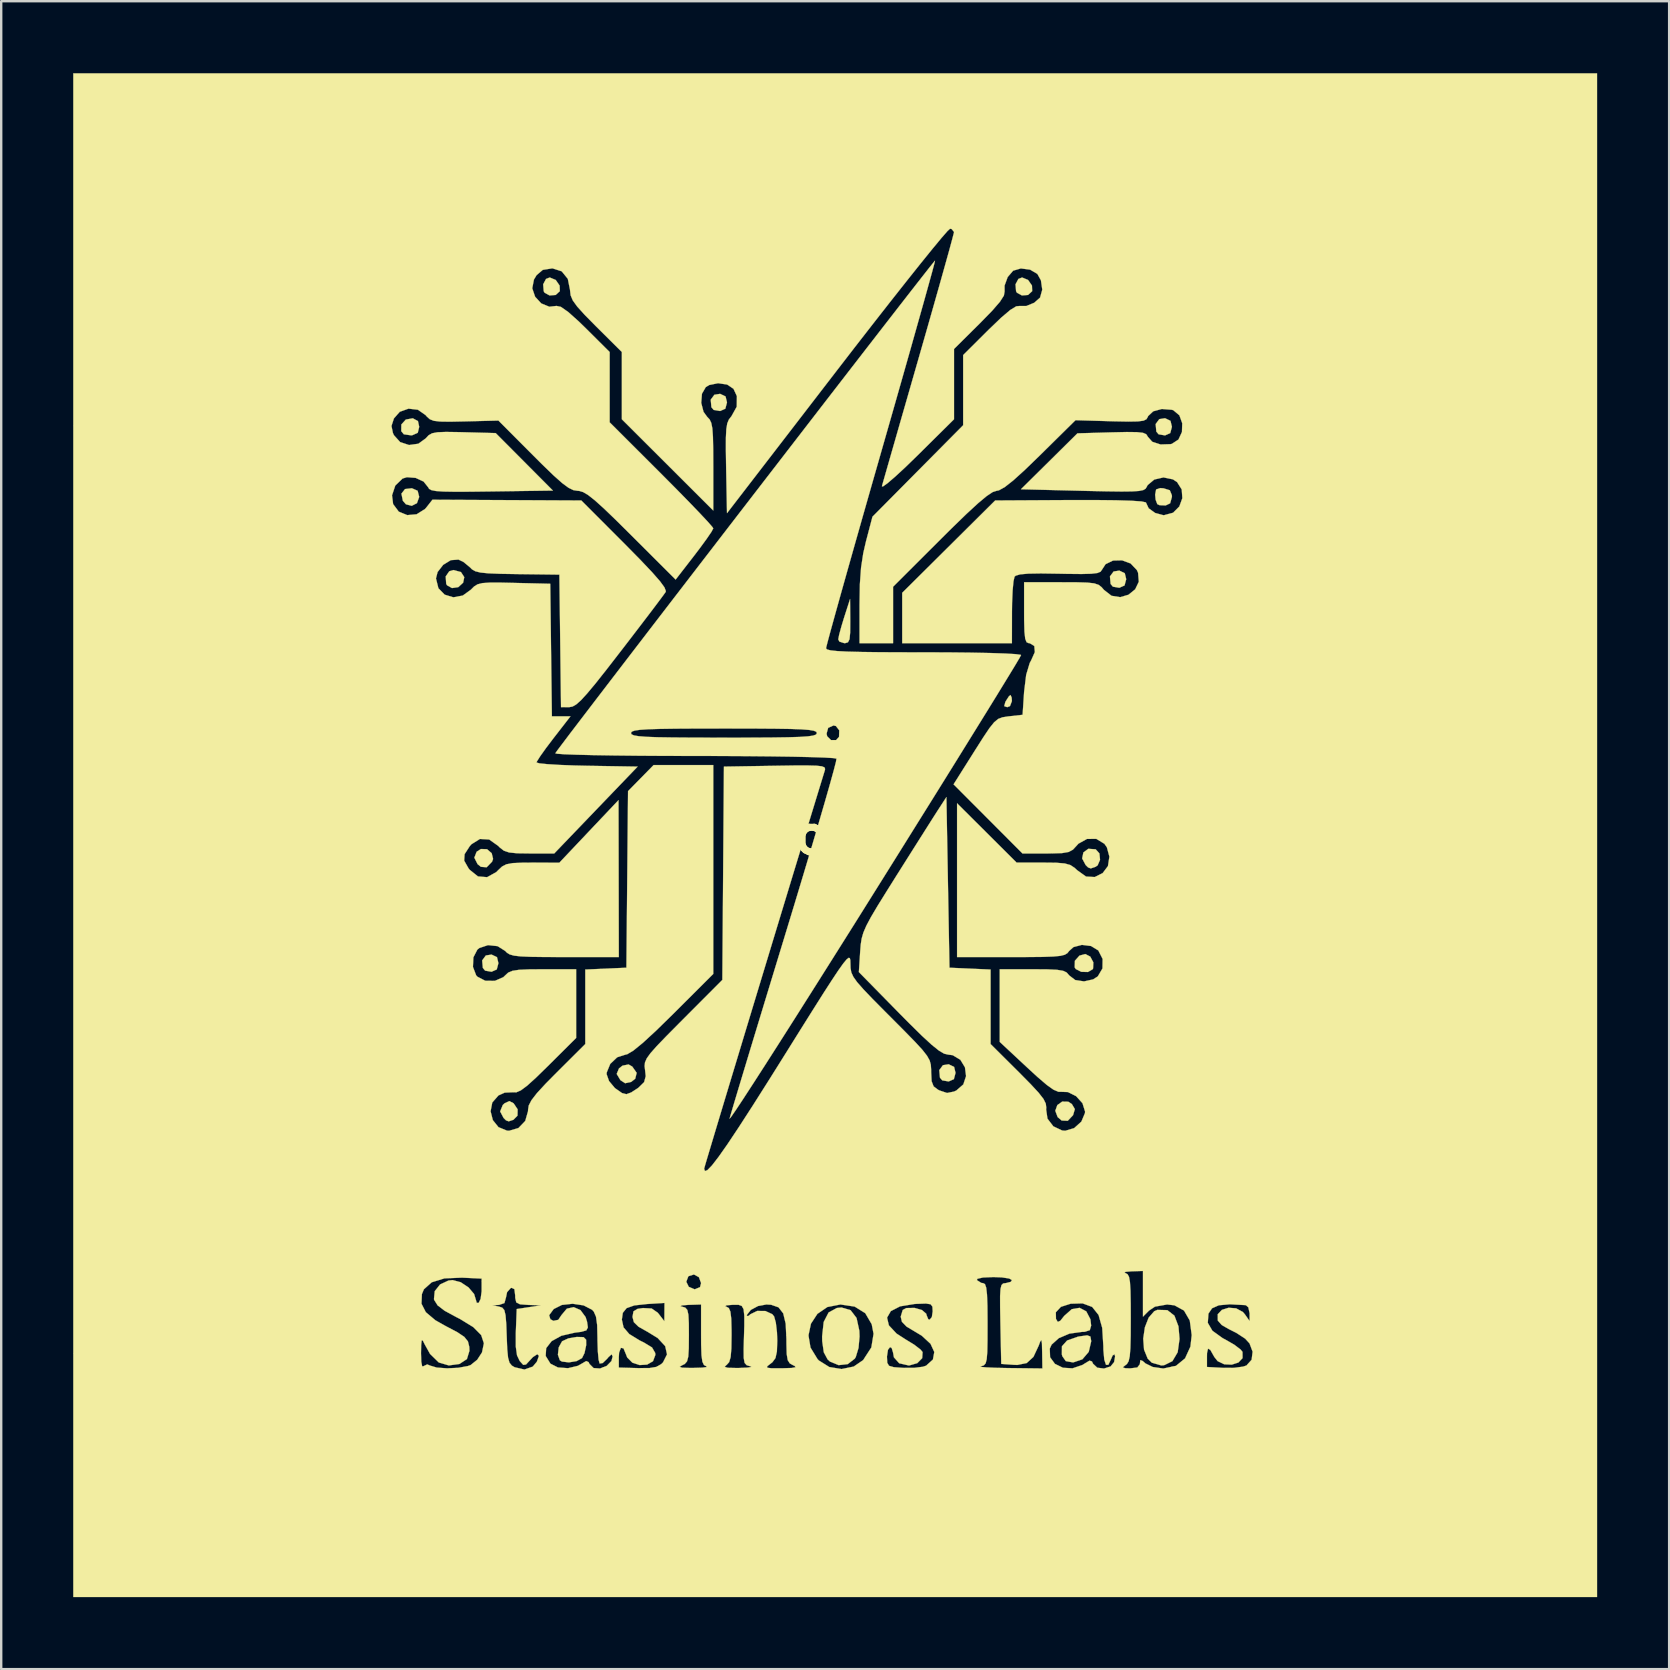
<source format=kicad_pcb>
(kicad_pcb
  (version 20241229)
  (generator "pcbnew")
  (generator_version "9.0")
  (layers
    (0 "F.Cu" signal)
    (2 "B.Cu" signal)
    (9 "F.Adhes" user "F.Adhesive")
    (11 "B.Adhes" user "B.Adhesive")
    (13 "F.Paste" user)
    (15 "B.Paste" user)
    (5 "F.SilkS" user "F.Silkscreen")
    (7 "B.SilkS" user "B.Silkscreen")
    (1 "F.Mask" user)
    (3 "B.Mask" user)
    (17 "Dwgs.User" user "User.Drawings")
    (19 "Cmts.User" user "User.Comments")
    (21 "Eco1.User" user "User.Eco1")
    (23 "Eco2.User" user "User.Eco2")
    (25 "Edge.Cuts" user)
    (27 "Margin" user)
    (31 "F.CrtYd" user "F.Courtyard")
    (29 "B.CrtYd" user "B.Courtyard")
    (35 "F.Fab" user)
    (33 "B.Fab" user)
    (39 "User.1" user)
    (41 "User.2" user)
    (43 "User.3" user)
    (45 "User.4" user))
  (footprint "logo"
    (layer "F.Cu")
    (at 31.755 31.755)
    (property "Reference" "logo" (at 0 0 0) (layer "F.SilkS") (effects (font (size 1.524 1.524) (thickness 0.3))))
    (attr through_hole)
    (fp_poly (pts (xy -17.401 -14.353) (xy -17.335 -14.097) (xy -17.429 -13.836) (xy -17.645 -13.726) (xy -17.888 -13.789) (xy -18.017 -13.937) (xy -18.076 -14.233) (xy -17.926 -14.424) (xy -17.639 -14.457) (xy -17.401 -14.353)) (stroke (width 0.01) (type solid)) (fill yes) (layer "F.SilkS"))
    (fp_poly (pts (xy -14.093 5.085) (xy -14.034 5.334) (xy -14.103 5.596) (xy -14.32 5.692) (xy -14.588 5.646) (xy -14.683 5.533) (xy -14.711 5.219) (xy -14.559 5.014) (xy -14.32 4.976) (xy -14.093 5.085)) (stroke (width 0.01) (type solid)) (fill yes) (layer "F.SilkS"))
    (fp_poly (pts (xy -4.568 -18.283) (xy -4.508 -18.034) (xy -4.578 -17.772) (xy -4.795 -17.676) (xy -5.063 -17.722) (xy -5.158 -17.835) (xy -5.186 -18.149) (xy -5.034 -18.354) (xy -4.795 -18.392) (xy -4.568 -18.283)) (stroke (width 0.01) (type solid)) (fill yes) (layer "F.SilkS"))
    (fp_poly (pts (xy 4.957 9.657) (xy 5.016 9.906) (xy 4.947 10.168) (xy 4.73 10.264) (xy 4.462 10.218) (xy 4.367 10.105) (xy 4.339 9.791) (xy 4.491 9.586) (xy 4.73 9.548) (xy 4.957 9.657)) (stroke (width 0.01) (type solid)) (fill yes) (layer "F.SilkS"))
    (fp_poly (pts (xy 7.355 -5.735) (xy 7.366 -5.588) (xy 7.285 -5.379) (xy 7.171 -5.334) (xy 7.045 -5.378) (xy 7.093 -5.551) (xy 7.112 -5.588) (xy 7.241 -5.787) (xy 7.307 -5.842) (xy 7.355 -5.735)) (stroke (width 0.01) (type solid)) (fill yes) (layer "F.SilkS"))
    (fp_poly (pts (xy 12.069 -10.917) (xy 12.129 -10.668) (xy 12.059 -10.406) (xy 11.842 -10.31) (xy 11.574 -10.356) (xy 11.479 -10.469) (xy 11.451 -10.783) (xy 11.603 -10.988) (xy 11.842 -11.026) (xy 12.069 -10.917)) (stroke (width 0.01) (type solid)) (fill yes) (layer "F.SilkS"))
    (fp_poly (pts (xy 13.974 -17.267) (xy 14.034 -17.018) (xy 13.964 -16.756) (xy 13.747 -16.66) (xy 13.479 -16.706) (xy 13.384 -16.819) (xy 13.356 -17.133) (xy 13.508 -17.338) (xy 13.747 -17.376) (xy 13.974 -17.267)) (stroke (width 0.01) (type solid)) (fill yes) (layer "F.SilkS"))
    (fp_poly (pts (xy -17.387 -17.255) (xy -17.335 -17.018) (xy -17.395 -16.769) (xy -17.621 -16.668) (xy -17.669 -16.662) (xy -17.976 -16.706) (xy -18.083 -16.837) (xy -18.079 -17.115) (xy -17.893 -17.32) (xy -17.601 -17.373) (xy -17.387 -17.255)) (stroke (width 0.01) (type solid)) (fill yes) (layer "F.SilkS"))
    (fp_poly (pts (xy -15.595 -10.965) (xy -15.457 -10.753) (xy -15.504 -10.522) (xy -15.707 -10.336) (xy -15.968 -10.298) (xy -16.176 -10.414) (xy -16.21 -10.477) (xy -16.231 -10.782) (xy -16.082 -10.998) (xy -15.904 -11.049) (xy -15.595 -10.965)) (stroke (width 0.01) (type solid)) (fill yes) (layer "F.SilkS"))
    (fp_poly (pts (xy -14.508 0.585) (xy -14.314 0.752) (xy -14.256 0.991) (xy -14.299 1.106) (xy -14.524 1.338) (xy -14.764 1.319) (xy -14.902 1.208) (xy -15.038 0.938) (xy -14.941 0.69) (xy -14.763 0.577) (xy -14.508 0.585)) (stroke (width 0.01) (type solid)) (fill yes) (layer "F.SilkS"))
    (fp_poly (pts (xy -11.646 -23.138) (xy -11.483 -22.904) (xy -11.475 -22.671) (xy -11.647 -22.513) (xy -11.903 -22.493) (xy -12.112 -22.609) (xy -12.146 -22.669) (xy -12.169 -22.957) (xy -12.05 -23.18) (xy -11.894 -23.241) (xy -11.646 -23.138)) (stroke (width 0.01) (type solid)) (fill yes) (layer "F.SilkS"))
    (fp_poly (pts (xy -8.456 9.643) (xy -8.272 9.905) (xy -8.333 10.151) (xy -8.5 10.282) (xy -8.753 10.338) (xy -8.95 10.209) (xy -9.105 9.95) (xy -9.009 9.72) (xy -8.861 9.605) (xy -8.61 9.555) (xy -8.456 9.643)) (stroke (width 0.01) (type solid)) (fill yes) (layer "F.SilkS"))
    (fp_poly (pts (xy 8.039 -23.138) (xy 8.202 -22.904) (xy 8.21 -22.671) (xy 8.038 -22.513) (xy 7.782 -22.493) (xy 7.573 -22.609) (xy 7.539 -22.669) (xy 7.516 -22.957) (xy 7.635 -23.18) (xy 7.791 -23.241) (xy 8.039 -23.138)) (stroke (width 0.01) (type solid)) (fill yes) (layer "F.SilkS"))
    (fp_poly (pts (xy -13.399 11.176) (xy -13.233 11.426) (xy -13.239 11.689) (xy -13.409 11.861) (xy -13.605 11.927) (xy -13.717 11.885) (xy -13.818 11.786) (xy -13.962 11.513) (xy -13.853 11.246) (xy -13.78 11.176) (xy -13.576 11.082) (xy -13.399 11.176)) (stroke (width 0.01) (type solid)) (fill yes) (layer "F.SilkS"))
    (fp_poly (pts (xy 9.716 11.108) (xy 9.865 11.207) (xy 9.989 11.416) (xy 9.914 11.669) (xy 9.914 11.669) (xy 9.694 11.903) (xy 9.44 11.892) (xy 9.272 11.749) (xy 9.173 11.485) (xy 9.258 11.249) (xy 9.461 11.103) (xy 9.716 11.108)) (stroke (width 0.01) (type solid)) (fill yes) (layer "F.SilkS"))
    (fp_poly (pts (xy 10.631 5.06) (xy 10.759 5.3) (xy 10.748 5.557) (xy 10.732 5.587) (xy 10.535 5.702) (xy 10.256 5.695) (xy 10.028 5.58) (xy 9.981 5.508) (xy 9.99 5.234) (xy 10.18 5.02) (xy 10.421 4.953) (xy 10.631 5.06)) (stroke (width 0.01) (type solid)) (fill yes) (layer "F.SilkS"))
    (fp_poly (pts (xy 10.858 0.589) (xy 11.012 0.761) (xy 11.038 1.026) (xy 10.938 1.258) (xy 10.848 1.32) (xy 10.652 1.386) (xy 10.54 1.344) (xy 10.439 1.245) (xy 10.292 0.97) (xy 10.345 0.719) (xy 10.55 0.568) (xy 10.858 0.589)) (stroke (width 0.01) (type solid)) (fill yes) (layer "F.SilkS"))
    (fp_poly (pts (xy 0.628 -8.922) (xy 0.625 -8.445) (xy 0.599 -8.168) (xy 0.534 -8.038) (xy 0.417 -8.002) (xy 0.381 -8.001) (xy 0.176 -8.067) (xy 0.129 -8.16) (xy 0.167 -8.358) (xy 0.264 -8.714) (xy 0.376 -9.081) (xy 0.621 -9.842) (xy 0.628 -8.922)) (stroke (width 0.01) (type solid)) (fill yes) (layer "F.SilkS"))
    (fp_poly (pts (xy 13.684 -14.455) (xy 13.946 -14.374) (xy 14.031 -14.168) (xy 14.034 -14.097) (xy 13.959 -13.83) (xy 13.774 -13.742) (xy 13.522 -13.751) (xy 13.425 -13.795) (xy 13.355 -13.981) (xy 13.335 -14.19) (xy 13.375 -14.407) (xy 13.547 -14.465) (xy 13.684 -14.455)) (stroke (width 0.01) (type solid)) (fill yes) (layer "F.SilkS"))
    (fp_poly (pts (xy -10.483 20.919) (xy -10.379 21.025) (xy -10.376 21.252) (xy -10.446 21.583) (xy -10.55 21.792) (xy -10.775 21.918) (xy -11.097 21.971) (xy -11.385 21.937) (xy -11.472 21.886) (xy -11.555 21.654) (xy -11.52 21.345) (xy -11.384 21.098) (xy -11.37 21.085) (xy -11.115 20.97) (xy -10.767 20.911) (xy -10.483 20.919)) (stroke (width 0.01) (type solid)) (fill yes) (layer "F.SilkS"))
    (fp_poly (pts (xy 10.636 20.893) (xy 10.668 21.066) (xy 10.668 21.103) (xy 10.567 21.533) (xy 10.302 21.843) (xy 9.927 21.971) (xy 9.901 21.971) (xy 9.611 21.918) (xy 9.468 21.716) (xy 9.447 21.643) (xy 9.45 21.301) (xy 9.665 21.06) (xy 10.108 20.903) (xy 10.192 20.887) (xy 10.502 20.844) (xy 10.636 20.893)) (stroke (width 0.01) (type solid)) (fill yes) (layer "F.SilkS"))
    (fp_poly (pts (xy 13.844 19.794) (xy 14.138 20.024) (xy 14.307 20.471) (xy 14.351 20.996) (xy 14.274 21.548) (xy 14.054 21.92) (xy 13.705 22.09) (xy 13.589 22.098) (xy 13.199 21.986) (xy 13.025 21.816) (xy 12.872 21.44) (xy 12.838 20.98) (xy 12.907 20.51) (xy 13.065 20.105) (xy 13.297 19.839) (xy 13.429 19.783) (xy 13.844 19.794)) (stroke (width 0.01) (type solid)) (fill yes) (layer "F.SilkS"))
    (fp_poly (pts (xy 0.642 19.795) (xy 0.891 20.12) (xy 1.007 20.653) (xy 1.016 20.892) (xy 0.973 21.37) (xy 0.86 21.744) (xy 0.818 21.816) (xy 0.522 22.044) (xy 0.146 22.086) (xy -0.215 21.938) (xy -0.316 21.846) (xy -0.474 21.551) (xy -0.54 21.088) (xy -0.544 20.892) (xy -0.478 20.287) (xy -0.275 19.893) (xy 0.067 19.705) (xy 0.266 19.685) (xy 0.642 19.795)) (stroke (width 0.01) (type solid)) (fill yes) (layer "F.SilkS"))
    (fp_poly (pts (xy 4.133 -23.819) (xy 4.04 -23.471) (xy 3.888 -22.921) (xy 3.684 -22.187) (xy 3.431 -21.29) (xy 3.138 -20.25) (xy 2.808 -19.089) (xy 2.448 -17.825) (xy 2.063 -16.479) (xy 1.907 -15.934) (xy 1.513 -14.558) (xy 1.14 -13.251) (xy 0.795 -12.036) (xy 0.483 -10.932) (xy 0.21 -9.961) (xy -0.018 -9.142) (xy -0.196 -8.498) (xy -0.317 -8.049) (xy -0.376 -7.815) (xy -0.381 -7.787) (xy -0.337 -7.739) (xy -0.19 -7.701) (xy 0.084 -7.672) (xy 0.505 -7.65) (xy 1.098 -7.635) (xy 1.885 -7.625) (xy 2.888 -7.621) (xy 3.683 -7.62) (xy 4.732 -7.617) (xy 5.666 -7.607) (xy 6.458 -7.591) (xy 7.083 -7.57) (xy 7.515 -7.545) (xy 7.728 -7.517) (xy 7.747 -7.505) (xy 7.681 -7.383) (xy 7.49 -7.061) (xy 7.182 -6.555) (xy 6.768 -5.879) (xy 6.257 -5.05) (xy 5.658 -4.083) (xy 4.982 -2.992) (xy 4.237 -1.794) (xy 3.432 -0.504) (xy 2.579 0.863) (xy 1.685 2.292) (xy 1.637 2.369) (xy 0.746 3.791) (xy -0.105 5.143) (xy -0.906 6.412) (xy -1.647 7.583) (xy -2.32 8.641) (xy -2.916 9.573) (xy -3.424 10.362) (xy -3.836 10.996) (xy -4.142 11.459) (xy -4.333 11.736) (xy -4.4 11.815) (xy -4.4 11.811) (xy -4.35 11.635) (xy -4.233 11.238) (xy -4.055 10.643) (xy -3.822 9.871) (xy -3.543 8.946) (xy -3.222 7.889) (xy -2.867 6.722) (xy -2.485 5.468) (xy -2.101 4.208) (xy -1.703 2.9) (xy -1.33 1.663) (xy -0.988 0.519) (xy -0.684 -0.511) (xy -0.424 -1.404) (xy -0.214 -2.14) (xy -0.06 -2.697) (xy 0.032 -3.054) (xy 0.055 -3.189) (xy -0.083 -3.213) (xy -0.451 -3.235) (xy -1.023 -3.254) (xy -1.777 -3.271) (xy -2.687 -3.284) (xy -3.729 -3.294) (xy -4.878 -3.3) (xy -5.86 -3.302) (xy -7.079 -3.304) (xy -8.204 -3.311) (xy -9.211 -3.322) (xy -10.077 -3.336) (xy -10.778 -3.353) (xy -11.29 -3.372) (xy -11.591 -3.394) (xy -11.663 -3.413) (xy -11.58 -3.53) (xy -11.355 -3.83) (xy -11.034 -4.255) (xy -8.509 -4.255) (xy -8.482 -4.2) (xy -8.383 -4.157) (xy -8.188 -4.124) (xy -7.87 -4.099) (xy -7.405 -4.082) (xy -6.767 -4.072) (xy -5.931 -4.066) (xy -4.871 -4.064) (xy -4.636 -4.064) (xy -3.529 -4.065) (xy -2.651 -4.07) (xy -1.976 -4.08) (xy -1.479 -4.095) (xy -1.135 -4.118) (xy -0.918 -4.15) (xy -0.802 -4.191) (xy -0.773 -4.23) (xy -0.359 -4.23) (xy -0.333 -4.121) (xy -0.174 -3.962) (xy 0.037 -3.962) (xy 0.161 -4.096) (xy 0.17 -4.369) (xy 0.03 -4.549) (xy -0.07 -4.572) (xy -0.292 -4.471) (xy -0.359 -4.23) (xy -0.773 -4.23) (xy -0.763 -4.243) (xy -0.762 -4.255) (xy -0.789 -4.309) (xy -0.888 -4.352) (xy -1.083 -4.385) (xy -1.401 -4.41) (xy -1.866 -4.427) (xy -2.504 -4.437) (xy -3.34 -4.443) (xy -4.4 -4.445) (xy -4.636 -4.445) (xy -5.742 -4.444) (xy -6.62 -4.439) (xy -7.295 -4.429) (xy -7.792 -4.414) (xy -8.136 -4.391) (xy -8.353 -4.359) (xy -8.469 -4.318) (xy -8.508 -4.266) (xy -8.509 -4.255) (xy -11.034 -4.255) (xy -11.001 -4.298) (xy -10.53 -4.916) (xy -9.955 -5.668) (xy -9.288 -6.539) (xy -8.542 -7.512) (xy -7.729 -8.571) (xy -6.862 -9.699) (xy -5.953 -10.88) (xy -5.015 -12.098) (xy -4.061 -13.337) (xy -3.102 -14.581) (xy -2.152 -15.812) (xy -1.223 -17.016) (xy -0.328 -18.175) (xy 0.521 -19.273) (xy 1.312 -20.295) (xy 2.032 -21.224) (xy 2.668 -22.043) (xy 3.208 -22.737) (xy 3.639 -23.288) (xy 3.948 -23.682) (xy 4.124 -23.901) (xy 4.161 -23.942) (xy 4.133 -23.819)) (stroke (width 0.01) (type solid)) (fill yes) (layer "F.SilkS"))
    (fp_poly (pts (xy 31.75 31.75) (xy -31.75 31.75) (xy -31.75 21.59) (xy -17.26 21.59) (xy -17.249 21.941) (xy -17.213 22.132) (xy -17.171 22.136) (xy -17.001 22.055) (xy -16.888 22.103) (xy -16.603 22.188) (xy -16.175 22.219) (xy -15.708 22.197) (xy -15.307 22.124) (xy -15.191 22.082) (xy -14.917 21.862) (xy -14.718 21.556) (xy -14.639 21.175) (xy -14.753 20.832) (xy -15.079 20.503) (xy -15.633 20.163) (xy -15.784 20.086) (xy -16.276 19.819) (xy -16.569 19.593) (xy -16.569 19.593) (xy -14.287 19.593) (xy -14.006 19.647) (xy -13.873 19.691) (xy -13.788 19.792) (xy -13.737 20.003) (xy -13.707 20.373) (xy -13.689 20.865) (xy -13.667 21.419) (xy -13.632 21.773) (xy -13.573 21.984) (xy -13.473 22.106) (xy -13.356 22.175) (xy -12.949 22.269) (xy -12.602 22.147) (xy -12.432 21.944) (xy -12.347 21.704) (xy -12.064 21.704) (xy -11.865 22.025) (xy -11.553 22.183) (xy -11.134 22.213) (xy -10.723 22.115) (xy -10.582 22.036) (xy -10.376 21.916) (xy -10.276 21.959) (xy -10.24 22.036) (xy -10.067 22.208) (xy -9.799 22.226) (xy -9.523 22.119) (xy -9.323 21.915) (xy -9.284 21.762) (xy -9.017 21.762) (xy -9.017 22.188) (xy -8.214 22.21) (xy -7.742 22.208) (xy -7.445 22.158) (xy -7.444 22.157) (xy -6.483 22.157) (xy -6.379 22.192) (xy -6.05 22.203) (xy -5.905 22.202) (xy -5.546 22.191) (xy -5.354 22.166) (xy -5.357 22.159) (xy -4.605 22.159) (xy -4.472 22.197) (xy -4.117 22.205) (xy -4 22.204) (xy -3.655 22.189) (xy -3.49 22.163) (xy -3.537 22.134) (xy -3.687 22.09) (xy -3.773 21.994) (xy -3.811 21.788) (xy -3.814 21.416) (xy -3.806 21.103) (xy -3.787 20.455) (xy -3.787 20.037) (xy -3.683 20.037) (xy -3.612 20.034) (xy -3.531 19.964) (xy -3.249 19.827) (xy -2.906 19.831) (xy -2.62 19.963) (xy -2.544 20.058) (xy -2.473 20.315) (xy -2.425 20.724) (xy -2.413 21.066) (xy -2.428 21.517) (xy -2.488 21.791) (xy -2.615 21.965) (xy -2.695 22.027) (xy -2.835 22.136) (xy -2.831 22.194) (xy -2.649 22.217) (xy -2.252 22.217) (xy -2.219 22.217) (xy -1.819 22.204) (xy -1.65 22.174) (xy -1.688 22.12) (xy -1.746 22.094) (xy -1.891 22.014) (xy -1.977 21.879) (xy -2.019 21.629) (xy -2.031 21.206) (xy -2.032 21.001) (xy -2.039 20.846) (xy -1.113 20.846) (xy -1.028 21.354) (xy -0.737 21.831) (xy -0.678 21.893) (xy -0.244 22.165) (xy 0.268 22.249) (xy 0.773 22.145) (xy 1.166 21.876) (xy 1.248 21.749) (xy 2.159 21.749) (xy 2.17 21.987) (xy 2.245 22.114) (xy 2.446 22.172) (xy 2.837 22.2) (xy 2.853 22.201) (xy 3.29 22.199) (xy 3.652 22.154) (xy 3.789 22.109) (xy 4.073 21.854) (xy 4.131 21.538) (xy 3.974 21.197) (xy 3.612 20.862) (xy 3.356 20.708) (xy 2.974 20.479) (xy 2.782 20.28) (xy 2.731 20.065) (xy 2.815 19.788) (xy 2.963 19.707) (xy 3.309 19.701) (xy 3.617 19.79) (xy 3.795 19.943) (xy 3.81 20.005) (xy 3.879 20.172) (xy 3.937 20.193) (xy 4.029 20.083) (xy 4.064 19.844) (xy 4.053 19.65) (xy 3.98 19.55) (xy 3.785 19.519) (xy 3.407 19.532) (xy 3.312 19.537) (xy 2.705 19.636) (xy 2.319 19.835) (xy 2.162 20.107) (xy 2.238 20.428) (xy 2.557 20.77) (xy 2.927 21.009) (xy 3.291 21.231) (xy 3.555 21.434) (xy 3.643 21.541) (xy 3.626 21.797) (xy 3.422 22.003) (xy 3.094 22.097) (xy 3.058 22.098) (xy 2.668 22.008) (xy 2.448 21.761) (xy 2.413 21.565) (xy 2.355 21.372) (xy 2.286 21.336) (xy 2.2 21.447) (xy 2.159 21.718) (xy 2.159 21.749) (xy 1.248 21.749) (xy 1.507 21.35) (xy 1.6 20.78) (xy 1.523 20.381) (xy 1.254 19.921) (xy 0.812 19.646) (xy 0.219 19.558) (xy -0.325 19.664) (xy -0.741 19.949) (xy -1.01 20.36) (xy -1.113 20.846) (xy -2.039 20.846) (xy -2.062 20.358) (xy -2.165 19.929) (xy -2.361 19.677) (xy -2.671 19.569) (xy -2.868 19.558) (xy -3.216 19.623) (xy -3.515 19.784) (xy -3.675 19.986) (xy -3.683 20.037) (xy -3.787 20.037) (xy -3.787 20.02) (xy -3.817 19.755) (xy -3.892 19.62) (xy -4.025 19.572) (xy -4.227 19.571) (xy -4.286 19.573) (xy -4.533 19.594) (xy -4.58 19.631) (xy -4.54 19.646) (xy -4.432 19.707) (xy -4.366 19.856) (xy -4.331 20.143) (xy -4.319 20.616) (xy -4.318 20.831) (xy -4.326 21.391) (xy -4.356 21.75) (xy -4.418 21.961) (xy -4.52 22.075) (xy -4.54 22.088) (xy -4.605 22.159) (xy -5.357 22.159) (xy -5.366 22.137) (xy -5.469 22.08) (xy -5.534 21.941) (xy -5.571 21.674) (xy -5.586 21.231) (xy -5.588 20.819) (xy -5.588 19.558) (xy -6.128 19.575) (xy -6.389 19.596) (xy -6.446 19.628) (xy -6.382 19.648) (xy -6.246 19.689) (xy -6.162 19.785) (xy -6.117 19.985) (xy -6.099 20.342) (xy -6.096 20.841) (xy -6.101 21.386) (xy -6.122 21.731) (xy -6.174 21.93) (xy -6.267 22.037) (xy -6.382 22.094) (xy -6.483 22.157) (xy -7.444 22.157) (xy -7.247 22.042) (xy -7.175 21.971) (xy -7.007 21.637) (xy -7.084 21.293) (xy -7.397 20.956) (xy -7.813 20.701) (xy -8.195 20.485) (xy -8.389 20.296) (xy -8.445 20.083) (xy -8.445 20.066) (xy -8.405 19.844) (xy -8.236 19.741) (xy -8.009 19.707) (xy -7.646 19.726) (xy -7.394 19.901) (xy -7.345 19.961) (xy -7.118 20.256) (xy -7.112 19.494) (xy -7.842 19.539) (xy -8.371 19.597) (xy -8.692 19.71) (xy -8.85 19.906) (xy -8.89 20.189) (xy -8.819 20.512) (xy -8.58 20.791) (xy -8.138 21.062) (xy -7.969 21.144) (xy -7.632 21.349) (xy -7.5 21.578) (xy -7.493 21.659) (xy -7.592 21.922) (xy -7.836 22.063) (xy -8.148 22.083) (xy -8.452 21.983) (xy -8.668 21.764) (xy -8.711 21.652) (xy -8.821 21.388) (xy -8.93 21.364) (xy -9.005 21.564) (xy -9.017 21.762) (xy -9.284 21.762) (xy -9.274 21.723) (xy -9.316 21.634) (xy -9.452 21.757) (xy -9.501 21.818) (xy -9.687 21.998) (xy -9.816 22.019) (xy -9.859 21.857) (xy -9.891 21.51) (xy -9.906 21.047) (xy -9.906 20.954) (xy -9.919 20.414) (xy -9.967 20.067) (xy -10.06 19.855) (xy -10.128 19.78) (xy -10.484 19.596) (xy -10.94 19.528) (xy -11.389 19.577) (xy -11.726 19.746) (xy -11.738 19.758) (xy -11.919 20.005) (xy -11.869 20.173) (xy -11.744 20.24) (xy -11.54 20.198) (xy -11.406 20) (xy -11.183 19.733) (xy -10.897 19.669) (xy -10.615 19.791) (xy -10.4 20.083) (xy -10.34 20.277) (xy -10.306 20.515) (xy -10.37 20.638) (xy -10.588 20.699) (xy -10.844 20.731) (xy -11.41 20.861) (xy -11.817 21.086) (xy -12.044 21.378) (xy -12.064 21.704) (xy -12.347 21.704) (xy -12.345 21.698) (xy -12.413 21.63) (xy -12.597 21.751) (xy -12.697 21.858) (xy -12.882 22.059) (xy -12.999 22.076) (xy -13.142 21.918) (xy -13.149 21.908) (xy -13.259 21.677) (xy -13.31 21.312) (xy -13.31 20.758) (xy -13.308 20.702) (xy -13.271 19.748) (xy -12.764 19.671) (xy -12.255 19.594) (xy -12.795 19.576) (xy -13.134 19.551) (xy -13.29 19.471) (xy -13.333 19.286) (xy -13.335 19.181) (xy -13.368 18.919) (xy -13.483 18.864) (xy -13.525 18.877) (xy -13.674 19.047) (xy -13.716 19.254) (xy -13.783 19.499) (xy -14.002 19.575) (xy -14.287 19.593) (xy -16.569 19.593) (xy -16.708 19.374) (xy -16.72 19.335) (xy -16.688 19.004) (xy -16.465 18.724) (xy -16.116 18.561) (xy -15.942 18.542) (xy -15.607 18.63) (xy -15.28 18.847) (xy -15.047 19.122) (xy -14.986 19.321) (xy -14.936 19.49) (xy -14.859 19.494) (xy -14.776 19.327) (xy -14.734 19.015) (xy -14.733 18.947) (xy -14.733 18.611) (xy -6.205 18.611) (xy -6.101 18.822) (xy -5.863 18.923) (xy -5.846 18.923) (xy -5.632 18.836) (xy -5.588 18.665) (xy -5.634 18.542) (xy 5.905 18.542) (xy 6.089 18.659) (xy 6.167 18.669) (xy 6.243 18.71) (xy 6.295 18.859) (xy 6.328 19.149) (xy 6.345 19.619) (xy 6.35 20.303) (xy 6.35 20.375) (xy 6.348 21.061) (xy 6.339 21.535) (xy 6.315 21.838) (xy 6.271 22.01) (xy 6.198 22.094) (xy 6.091 22.13) (xy 6.064 22.135) (xy 6.067 22.158) (xy 6.285 22.179) (xy 6.681 22.197) (xy 7.207 22.208) (xy 8.636 22.225) (xy 8.626 21.558) (xy 8.622 21.396) (xy 8.943 21.396) (xy 8.957 21.758) (xy 9.159 22.033) (xy 9.49 22.195) (xy 9.89 22.219) (xy 10.303 22.08) (xy 10.387 22.027) (xy 10.599 21.899) (xy 10.701 21.931) (xy 10.746 22.027) (xy 10.924 22.193) (xy 11.204 22.228) (xy 11.368 22.175) (xy 11.986 22.175) (xy 12.081 22.213) (xy 12.287 22.221) (xy 12.591 22.184) (xy 12.698 22.048) (xy 12.7 22.015) (xy 12.718 21.875) (xy 12.816 21.913) (xy 12.932 22.015) (xy 13.235 22.163) (xy 13.661 22.225) (xy 13.683 22.225) (xy 14.201 22.116) (xy 14.581 21.805) (xy 14.616 21.728) (xy 15.494 21.728) (xy 15.494 22.163) (xy 16.188 22.201) (xy 16.629 22.198) (xy 16.998 22.148) (xy 17.14 22.101) (xy 17.355 21.862) (xy 17.397 21.526) (xy 17.268 21.18) (xy 17.087 20.982) (xy 16.726 20.746) (xy 16.397 20.58) (xy 16.109 20.413) (xy 15.946 20.229) (xy 15.945 20.229) (xy 15.943 19.966) (xy 16.116 19.783) (xy 16.395 19.695) (xy 16.71 19.719) (xy 16.991 19.871) (xy 17.074 19.967) (xy 17.272 20.25) (xy 17.272 19.925) (xy 17.218 19.677) (xy 17.113 19.586) (xy 16.448 19.55) (xy 15.991 19.591) (xy 15.707 19.716) (xy 15.56 19.933) (xy 15.555 19.945) (xy 15.529 20.323) (xy 15.721 20.653) (xy 16.148 20.961) (xy 16.271 21.026) (xy 16.635 21.236) (xy 16.895 21.434) (xy 16.975 21.533) (xy 16.977 21.794) (xy 16.805 21.976) (xy 16.528 22.065) (xy 16.215 22.051) (xy 15.938 21.918) (xy 15.802 21.747) (xy 15.635 21.452) (xy 15.538 21.397) (xy 15.497 21.581) (xy 15.494 21.728) (xy 14.616 21.728) (xy 14.805 21.315) (xy 14.859 20.835) (xy 14.778 20.226) (xy 14.537 19.811) (xy 14.139 19.593) (xy 13.834 19.558) (xy 13.328 19.648) (xy 13.081 19.812) (xy 12.827 20.066) (xy 12.827 18.161) (xy 12.351 18.176) (xy 12.104 18.197) (xy 12.057 18.234) (xy 12.097 18.249) (xy 12.184 18.295) (xy 12.246 18.407) (xy 12.285 18.623) (xy 12.307 18.983) (xy 12.317 19.526) (xy 12.319 20.133) (xy 12.316 20.859) (xy 12.303 21.372) (xy 12.276 21.713) (xy 12.23 21.922) (xy 12.16 22.039) (xy 12.097 22.088) (xy 11.986 22.175) (xy 11.368 22.175) (xy 11.476 22.141) (xy 11.624 21.961) (xy 11.665 21.725) (xy 11.644 21.634) (xy 11.562 21.684) (xy 11.497 21.834) (xy 11.385 22.071) (xy 11.287 22.073) (xy 11.215 21.859) (xy 11.178 21.449) (xy 11.176 21.291) (xy 11.129 20.533) (xy 10.977 19.995) (xy 10.71 19.66) (xy 10.312 19.512) (xy 9.814 19.526) (xy 9.408 19.656) (xy 9.196 19.883) (xy 9.202 20.16) (xy 9.279 20.285) (xy 9.386 20.234) (xy 9.545 20.034) (xy 9.861 19.754) (xy 10.187 19.698) (xy 10.465 19.845) (xy 10.638 20.176) (xy 10.668 20.439) (xy 10.612 20.629) (xy 10.4 20.697) (xy 10.283 20.701) (xy 9.765 20.772) (xy 9.321 20.961) (xy 9.02 21.231) (xy 8.943 21.396) (xy 8.622 21.396) (xy 8.617 21.185) (xy 8.595 21.04) (xy 8.547 21.098) (xy 8.482 21.273) (xy 8.262 21.743) (xy 7.982 21.999) (xy 7.591 22.078) (xy 7.436 22.072) (xy 6.921 22.035) (xy 6.886 20.352) (xy 6.874 19.671) (xy 6.873 19.204) (xy 6.891 18.91) (xy 6.931 18.75) (xy 6.999 18.683) (xy 7.101 18.669) (xy 7.108 18.669) (xy 7.317 18.616) (xy 7.366 18.542) (xy 7.25 18.475) (xy 6.947 18.429) (xy 6.597 18.415) (xy 6.159 18.434) (xy 5.929 18.487) (xy 5.905 18.542) (xy -5.634 18.542) (xy -5.679 18.42) (xy -5.886 18.308) (xy -6.11 18.379) (xy -6.121 18.39) (xy -6.205 18.611) (xy -14.733 18.611) (xy -14.733 18.479) (xy -15.552 18.44) (xy -16.281 18.47) (xy -16.813 18.633) (xy -17.139 18.925) (xy -17.223 19.125) (xy -17.24 19.526) (xy -17.059 19.88) (xy -16.662 20.215) (xy -16.229 20.459) (xy -15.749 20.711) (xy -15.456 20.908) (xy -15.304 21.097) (xy -15.248 21.324) (xy -15.242 21.49) (xy -15.347 21.833) (xy -15.659 22.038) (xy -16.101 22.098) (xy -16.519 21.975) (xy -16.884 21.618) (xy -17.101 21.229) (xy -17.186 21.059) (xy -17.233 21.058) (xy -17.253 21.256) (xy -17.26 21.59) (xy -31.75 21.59) (xy -31.75 -17.053) (xy -18.491 -17.053) (xy -18.431 -16.761) (xy -18.389 -16.669) (xy -18.129 -16.381) (xy -17.759 -16.259) (xy -17.37 -16.313) (xy -17.064 -16.535) (xy -16.943 -16.665) (xy -16.798 -16.748) (xy -16.575 -16.791) (xy -16.221 -16.805) (xy -15.683 -16.797) (xy -15.487 -16.792) (xy -14.147 -16.756) (xy -11.763 -14.361) (xy -14.329 -14.325) (xy -15.205 -14.314) (xy -15.86 -14.312) (xy -16.326 -14.32) (xy -16.637 -14.342) (xy -16.825 -14.379) (xy -16.923 -14.433) (xy -16.96 -14.496) (xy -17.153 -14.737) (xy -17.485 -14.89) (xy -17.847 -14.918) (xy -18.029 -14.862) (xy -18.332 -14.57) (xy -18.468 -14.162) (xy -18.422 -13.797) (xy -18.186 -13.482) (xy -17.834 -13.338) (xy -17.444 -13.372) (xy -17.094 -13.592) (xy -17.037 -13.657) (xy -16.784 -13.979) (xy -10.579 -13.948) (xy -8.767 -12.133) (xy -8.111 -11.467) (xy -7.627 -10.956) (xy -7.3 -10.582) (xy -7.114 -10.326) (xy -7.056 -10.173) (xy -7.065 -10.134) (xy -7.172 -9.984) (xy -7.411 -9.664) (xy -7.757 -9.206) (xy -8.189 -8.64) (xy -8.682 -7.997) (xy -8.954 -7.644) (xy -9.537 -6.891) (xy -9.991 -6.318) (xy -10.338 -5.903) (xy -10.597 -5.62) (xy -10.793 -5.447) (xy -10.945 -5.36) (xy -11.076 -5.336) (xy -11.078 -5.336) (xy -11.425 -5.334) (xy -11.459 -8.096) (xy -11.493 -10.858) (xy -13.243 -10.88) (xy -13.951 -10.892) (xy -14.45 -10.912) (xy -14.784 -10.945) (xy -14.998 -10.999) (xy -15.136 -11.079) (xy -15.211 -11.155) (xy -15.484 -11.382) (xy -15.696 -11.485) (xy -16.019 -11.461) (xy -16.337 -11.265) (xy -16.569 -10.966) (xy -16.637 -10.701) (xy -16.535 -10.291) (xy -16.273 -10.022) (xy -15.913 -9.913) (xy -15.519 -9.986) (xy -15.184 -10.228) (xy -15.047 -10.364) (xy -14.903 -10.454) (xy -14.7 -10.505) (xy -14.387 -10.526) (xy -13.914 -10.525) (xy -13.38 -10.513) (xy -11.874 -10.477) (xy -11.84 -7.715) (xy -11.806 -4.953) (xy -11.031 -4.953) (xy -11.738 -4.042) (xy -12.051 -3.629) (xy -12.293 -3.29) (xy -12.429 -3.074) (xy -12.446 -3.029) (xy -12.326 -2.993) (xy -11.994 -2.959) (xy -11.491 -2.928) (xy -10.859 -2.904) (xy -10.34 -2.892) (xy -8.233 -2.857) (xy -9.97 -1.048) (xy -11.707 0.762) (xy -12.729 0.762) (xy -13.251 0.755) (xy -13.588 0.721) (xy -13.808 0.646) (xy -13.981 0.511) (xy -14.045 0.445) (xy -14.42 0.18) (xy -14.805 0.158) (xy -15.16 0.38) (xy -15.231 0.462) (xy -15.444 0.792) (xy -15.461 1.062) (xy -15.284 1.374) (xy -15.231 1.443) (xy -14.887 1.719) (xy -14.506 1.751) (xy -14.125 1.54) (xy -14.045 1.46) (xy -13.882 1.307) (xy -13.701 1.213) (xy -13.436 1.164) (xy -13.025 1.146) (xy -12.622 1.144) (xy -11.493 1.145) (xy -10.261 -0.158) (xy -9.029 -1.46) (xy -9.017 5.08) (xy -11.275 5.08) (xy -12.088 5.078) (xy -12.685 5.07) (xy -13.105 5.052) (xy -13.385 5.02) (xy -13.565 4.969) (xy -13.681 4.897) (xy -13.75 4.826) (xy -14.068 4.625) (xy -14.467 4.582) (xy -14.83 4.703) (xy -14.913 4.772) (xy -15.078 5.093) (xy -15.095 5.491) (xy -14.962 5.84) (xy -14.913 5.896) (xy -14.584 6.067) (xy -14.183 6.072) (xy -13.829 5.918) (xy -13.75 5.842) (xy -13.626 5.728) (xy -13.452 5.654) (xy -13.176 5.611) (xy -12.748 5.592) (xy -12.164 5.588) (xy -10.795 5.588) (xy -10.795 8.451) (xy -11.97 9.62) (xy -12.474 10.112) (xy -12.839 10.442) (xy -13.099 10.635) (xy -13.287 10.717) (xy -13.43 10.714) (xy -13.771 10.729) (xy -14.033 10.847) (xy -14.29 11.141) (xy -14.36 11.508) (xy -14.267 11.875) (xy -14.032 12.168) (xy -13.677 12.314) (xy -13.589 12.319) (xy -13.2 12.205) (xy -12.916 11.909) (xy -12.799 11.5) (xy -12.799 11.451) (xy -12.77 11.265) (xy -12.656 11.044) (xy -12.431 10.753) (xy -12.067 10.358) (xy -11.611 9.897) (xy -10.414 8.705) (xy -10.414 5.6) (xy -9.557 5.562) (xy -8.7 5.524) (xy -8.632 -1.836) (xy -7.567 -2.921) (xy -5.08 -2.921) (xy -5.08 5.782) (xy -6.764 7.463) (xy -7.468 8.151) (xy -8.014 8.654) (xy -8.411 8.978) (xy -8.667 9.13) (xy -8.733 9.144) (xy -9.083 9.256) (xy -9.374 9.533) (xy -9.52 9.889) (xy -9.525 9.96) (xy -9.424 10.247) (xy -9.179 10.54) (xy -8.882 10.748) (xy -8.7 10.795) (xy -8.5 10.722) (xy -8.224 10.543) (xy -8.195 10.521) (xy -7.962 10.292) (xy -7.895 10.043) (xy -7.922 9.791) (xy -7.942 9.624) (xy -7.926 9.471) (xy -7.852 9.302) (xy -7.696 9.085) (xy -7.435 8.79) (xy -7.045 8.385) (xy -6.504 7.839) (xy -6.349 7.683) (xy -4.702 6.032) (xy -4.669 1.587) (xy -4.636 -2.857) (xy -2.499 -2.892) (xy -1.717 -2.904) (xy -1.154 -2.905) (xy -0.778 -2.895) (xy -0.552 -2.869) (xy -0.444 -2.824) (xy -0.42 -2.757) (xy -0.431 -2.702) (xy -0.715 -1.776) (xy -1.035 -0.729) (xy -1.384 0.415) (xy -1.755 1.633) (xy -2.141 2.903) (xy -2.536 4.203) (xy -2.932 5.509) (xy -3.323 6.798) (xy -3.702 8.048) (xy -4.061 9.236) (xy -4.395 10.339) (xy -4.695 11.334) (xy -4.956 12.2) (xy -5.169 12.912) (xy -5.33 13.448) (xy -5.429 13.785) (xy -5.461 13.901) (xy -5.427 13.998) (xy -5.32 13.955) (xy -5.132 13.76) (xy -4.857 13.404) (xy -4.486 12.876) (xy -4.014 12.167) (xy -3.432 11.266) (xy -2.733 10.163) (xy -2.217 9.34) (xy -1.524 8.231) (xy -0.954 7.322) (xy -0.494 6.594) (xy -0.132 6.033) (xy 0.143 5.62) (xy 0.343 5.34) (xy 0.48 5.175) (xy 0.565 5.11) (xy 0.612 5.126) (xy 0.631 5.209) (xy 0.635 5.338) (xy 0.641 5.541) (xy 0.673 5.719) (xy 0.758 5.904) (xy 0.917 6.128) (xy 1.176 6.423) (xy 1.558 6.823) (xy 2.087 7.357) (xy 2.317 7.587) (xy 2.904 8.177) (xy 3.336 8.62) (xy 3.636 8.947) (xy 3.828 9.193) (xy 3.937 9.388) (xy 3.986 9.567) (xy 3.999 9.76) (xy 4 9.872) (xy 4.019 10.253) (xy 4.103 10.469) (xy 4.291 10.611) (xy 4.35 10.64) (xy 4.663 10.744) (xy 4.952 10.685) (xy 5.048 10.642) (xy 5.34 10.388) (xy 5.455 10.042) (xy 5.409 9.676) (xy 5.218 9.361) (xy 4.9 9.17) (xy 4.703 9.144) (xy 4.541 9.106) (xy 4.323 8.977) (xy 4.024 8.737) (xy 3.619 8.364) (xy 3.084 7.837) (xy 2.676 7.425) (xy 0.988 5.705) (xy 1.042 4.853) (xy 1.065 4.563) (xy 1.103 4.312) (xy 1.175 4.062) (xy 1.298 3.775) (xy 1.49 3.415) (xy 1.769 2.944) (xy 2.153 2.326) (xy 2.537 1.714) (xy 2.988 0.999) (xy 3.414 0.325) (xy 3.788 -0.266) (xy 4.085 -0.735) (xy 4.279 -1.038) (xy 4.306 -1.079) (xy 4.636 -1.587) (xy 4.763 5.524) (xy 5.62 5.562) (xy 6.477 5.6) (xy 6.477 8.705) (xy 7.661 9.883) (xy 8.15 10.378) (xy 8.481 10.736) (xy 8.682 10.994) (xy 8.778 11.19) (xy 8.798 11.361) (xy 8.791 11.424) (xy 8.848 11.815) (xy 9.092 12.134) (xy 9.457 12.307) (xy 9.588 12.319) (xy 9.959 12.209) (xy 10.261 11.936) (xy 10.41 11.581) (xy 10.414 11.516) (xy 10.306 11.17) (xy 10.04 10.876) (xy 9.699 10.706) (xy 9.473 10.697) (xy 9.304 10.694) (xy 9.099 10.607) (xy 8.821 10.41) (xy 8.433 10.078) (xy 8.006 9.686) (xy 6.858 8.615) (xy 6.858 5.588) (xy 8.224 5.588) (xy 8.837 5.592) (xy 9.246 5.611) (xy 9.5 5.653) (xy 9.65 5.725) (xy 9.746 5.836) (xy 9.75 5.842) (xy 10.004 6.037) (xy 10.372 6.094) (xy 10.75 6.01) (xy 10.944 5.886) (xy 11.14 5.554) (xy 11.146 5.157) (xy 10.966 4.804) (xy 10.662 4.619) (xy 10.283 4.572) (xy 9.933 4.663) (xy 9.75 4.826) (xy 9.678 4.917) (xy 9.569 4.983) (xy 9.386 5.029) (xy 9.092 5.057) (xy 8.649 5.073) (xy 8.019 5.079) (xy 7.335 5.08) (xy 5.08 5.08) (xy 5.08 -1.329) (xy 6.321 -0.093) (xy 7.561 1.143) (xy 8.664 1.143) (xy 9.21 1.149) (xy 9.567 1.179) (xy 9.802 1.245) (xy 9.982 1.364) (xy 10.085 1.46) (xy 10.455 1.725) (xy 10.818 1.745) (xy 11.148 1.58) (xy 11.368 1.288) (xy 11.428 0.895) (xy 11.323 0.506) (xy 11.22 0.359) (xy 10.885 0.155) (xy 10.495 0.156) (xy 10.138 0.354) (xy 10.056 0.445) (xy 9.907 0.605) (xy 9.73 0.7) (xy 9.458 0.747) (xy 9.024 0.761) (xy 8.806 0.762) (xy 7.806 0.762) (xy 4.934 -2.118) (xy 5.808 -3.504) (xy 6.168 -4.071) (xy 6.428 -4.459) (xy 6.625 -4.705) (xy 6.794 -4.844) (xy 6.972 -4.912) (xy 7.194 -4.947) (xy 7.246 -4.953) (xy 7.811 -5.016) (xy 7.874 -5.976) (xy 7.96 -6.682) (xy 8.108 -7.175) (xy 8.169 -7.288) (xy 8.321 -7.629) (xy 8.299 -7.883) (xy 8.11 -7.999) (xy 8.068 -8.001) (xy 7.978 -8.04) (xy 7.92 -8.187) (xy 7.888 -8.483) (xy 7.875 -8.97) (xy 7.874 -9.271) (xy 7.874 -10.541) (xy 9.411 -10.541) (xy 10.061 -10.539) (xy 10.505 -10.526) (xy 10.794 -10.494) (xy 10.977 -10.433) (xy 11.103 -10.336) (xy 11.199 -10.224) (xy 11.517 -9.976) (xy 11.878 -9.919) (xy 12.225 -10.02) (xy 12.502 -10.245) (xy 12.654 -10.561) (xy 12.624 -10.934) (xy 12.572 -11.05) (xy 12.313 -11.323) (xy 11.956 -11.454) (xy 11.581 -11.445) (xy 11.269 -11.294) (xy 11.117 -11.061) (xy 11.061 -10.98) (xy 10.927 -10.925) (xy 10.676 -10.895) (xy 10.269 -10.884) (xy 9.665 -10.89) (xy 9.316 -10.897) (xy 8.571 -10.908) (xy 8.046 -10.899) (xy 7.708 -10.869) (xy 7.524 -10.814) (xy 7.475 -10.77) (xy 7.431 -10.579) (xy 7.395 -10.197) (xy 7.373 -9.685) (xy 7.368 -9.303) (xy 7.366 -8.001) (xy 2.794 -8.001) (xy 2.794 -10.1) (xy 4.731 -12.024) (xy 6.668 -13.948) (xy 9.811 -13.966) (xy 10.854 -13.966) (xy 11.703 -13.957) (xy 12.344 -13.937) (xy 12.764 -13.908) (xy 12.947 -13.869) (xy 12.954 -13.859) (xy 13.065 -13.622) (xy 13.336 -13.427) (xy 13.673 -13.336) (xy 13.705 -13.335) (xy 14.082 -13.437) (xy 14.342 -13.697) (xy 14.468 -14.043) (xy 14.443 -14.406) (xy 14.249 -14.714) (xy 14.077 -14.828) (xy 13.682 -14.909) (xy 13.299 -14.821) (xy 13.024 -14.591) (xy 12.982 -14.512) (xy 12.934 -14.436) (xy 12.838 -14.381) (xy 12.661 -14.345) (xy 12.369 -14.326) (xy 11.93 -14.321) (xy 11.308 -14.329) (xy 10.472 -14.347) (xy 10.316 -14.351) (xy 7.741 -14.415) (xy 8.919 -15.58) (xy 10.097 -16.746) (xy 11.527 -16.787) (xy 12.154 -16.801) (xy 12.572 -16.796) (xy 12.826 -16.768) (xy 12.962 -16.71) (xy 13.023 -16.618) (xy 13.028 -16.606) (xy 13.215 -16.394) (xy 13.559 -16.282) (xy 13.974 -16.295) (xy 14.032 -16.308) (xy 14.307 -16.488) (xy 14.452 -16.802) (xy 14.464 -17.166) (xy 14.345 -17.496) (xy 14.094 -17.708) (xy 14.032 -17.728) (xy 13.613 -17.761) (xy 13.254 -17.664) (xy 13.041 -17.464) (xy 13.028 -17.43) (xy 12.973 -17.335) (xy 12.85 -17.274) (xy 12.615 -17.243) (xy 12.224 -17.236) (xy 11.633 -17.247) (xy 11.487 -17.251) (xy 10.016 -17.294) (xy 8.526 -15.823) (xy 7.898 -15.215) (xy 7.418 -14.781) (xy 7.067 -14.505) (xy 6.824 -14.371) (xy 6.726 -14.351) (xy 6.565 -14.299) (xy 6.315 -14.133) (xy 5.96 -13.837) (xy 5.48 -13.395) (xy 4.858 -12.792) (xy 4.415 -12.352) (xy 2.413 -10.353) (xy 2.413 -8.001) (xy 1.016 -8.001) (xy 1.016 -9.612) (xy 1.03 -10.466) (xy 1.079 -11.152) (xy 1.171 -11.753) (xy 1.285 -12.247) (xy 1.554 -13.271) (xy 3.444 -15.178) (xy 5.334 -17.084) (xy 5.334 -20.008) (xy 6.402 -21.071) (xy 6.92 -21.568) (xy 7.295 -21.886) (xy 7.547 -22.04) (xy 7.682 -22.053) (xy 7.967 -22.053) (xy 8.296 -22.188) (xy 8.539 -22.403) (xy 8.631 -22.734) (xy 8.575 -23.122) (xy 8.426 -23.39) (xy 8.123 -23.568) (xy 7.738 -23.618) (xy 7.417 -23.525) (xy 7.189 -23.259) (xy 7.059 -22.902) (xy 7.06 -22.658) (xy 7.032 -22.489) (xy 6.866 -22.229) (xy 6.543 -21.856) (xy 6.044 -21.345) (xy 6.038 -21.339) (xy 4.953 -20.262) (xy 4.953 -17.332) (xy 3.416 -15.81) (xy 2.922 -15.33) (xy 2.501 -14.941) (xy 2.182 -14.667) (xy 1.99 -14.531) (xy 1.948 -14.541) (xy 1.997 -14.715) (xy 2.109 -15.106) (xy 2.275 -15.687) (xy 2.489 -16.431) (xy 2.741 -17.311) (xy 3.026 -18.301) (xy 3.334 -19.373) (xy 3.485 -19.899) (xy 3.799 -20.995) (xy 4.09 -22.016) (xy 4.351 -22.937) (xy 4.574 -23.732) (xy 4.753 -24.373) (xy 4.878 -24.836) (xy 4.945 -25.094) (xy 4.953 -25.138) (xy 4.852 -25.262) (xy 4.786 -25.273) (xy 4.68 -25.175) (xy 4.434 -24.893) (xy 4.062 -24.444) (xy 3.578 -23.846) (xy 2.997 -23.117) (xy 2.331 -22.274) (xy 1.596 -21.335) (xy 0.805 -20.318) (xy 0.055 -19.346) (xy -4.508 -13.419) (xy -4.544 -15.302) (xy -4.555 -16.037) (xy -4.554 -16.563) (xy -4.536 -16.922) (xy -4.497 -17.159) (xy -4.431 -17.319) (xy -4.335 -17.444) (xy -4.322 -17.459) (xy -4.102 -17.856) (xy -4.096 -18.297) (xy -4.237 -18.602) (xy -4.503 -18.78) (xy -4.88 -18.835) (xy -5.249 -18.76) (xy -5.391 -18.675) (xy -5.552 -18.397) (xy -5.582 -18.015) (xy -5.486 -17.642) (xy -5.334 -17.433) (xy -5.234 -17.328) (xy -5.164 -17.183) (xy -5.119 -16.957) (xy -5.094 -16.604) (xy -5.083 -16.083) (xy -5.08 -15.372) (xy -5.08 -13.529) (xy -6.985 -15.431) (xy -8.89 -17.332) (xy -8.89 -20.135) (xy -9.97 -21.209) (xy -10.437 -21.683) (xy -10.749 -22.028) (xy -10.935 -22.285) (xy -11.024 -22.497) (xy -11.049 -22.707) (xy -11.049 -22.72) (xy -11.142 -23.184) (xy -11.396 -23.498) (xy -11.775 -23.62) (xy -11.799 -23.62) (xy -12.184 -23.559) (xy -12.442 -23.34) (xy -12.554 -23.154) (xy -12.624 -22.791) (xy -12.505 -22.439) (xy -12.25 -22.161) (xy -11.913 -22.022) (xy -11.611 -22.056) (xy -11.431 -22.017) (xy -11.125 -21.803) (xy -10.679 -21.404) (xy -10.403 -21.135) (xy -9.398 -20.135) (xy -9.398 -17.206) (xy -7.239 -15.05) (xy -6.636 -14.443) (xy -6.098 -13.894) (xy -5.649 -13.427) (xy -5.315 -13.07) (xy -5.12 -12.847) (xy -5.08 -12.786) (xy -5.153 -12.646) (xy -5.351 -12.355) (xy -5.639 -11.961) (xy -5.864 -11.665) (xy -6.648 -10.652) (xy -8.501 -12.501) (xy -9.145 -13.14) (xy -9.641 -13.617) (xy -10.015 -13.954) (xy -10.293 -14.173) (xy -10.502 -14.297) (xy -10.668 -14.347) (xy -10.735 -14.351) (xy -10.909 -14.379) (xy -11.113 -14.478) (xy -11.377 -14.673) (xy -11.734 -14.99) (xy -12.213 -15.454) (xy -12.575 -15.815) (xy -14.034 -17.279) (xy -15.431 -17.244) (xy -16.046 -17.231) (xy -16.46 -17.237) (xy -16.725 -17.268) (xy -16.892 -17.333) (xy -17.014 -17.441) (xy -17.064 -17.501) (xy -17.389 -17.73) (xy -17.78 -17.775) (xy -18.146 -17.644) (xy -18.389 -17.367) (xy -18.491 -17.053) (xy -31.75 -17.053) (xy -31.75 -31.75) (xy 31.75 -31.75) (xy 31.75 31.75)) (stroke (width 0.01) (type solid)) (fill yes) (layer "F.SilkS")))
  (gr_rect
    (start -3 -3)
    (end 66.51 66.51)
    (stroke (width 0.1) (type default))
    (fill no)
    (layer "Edge.Cuts")))
</source>
